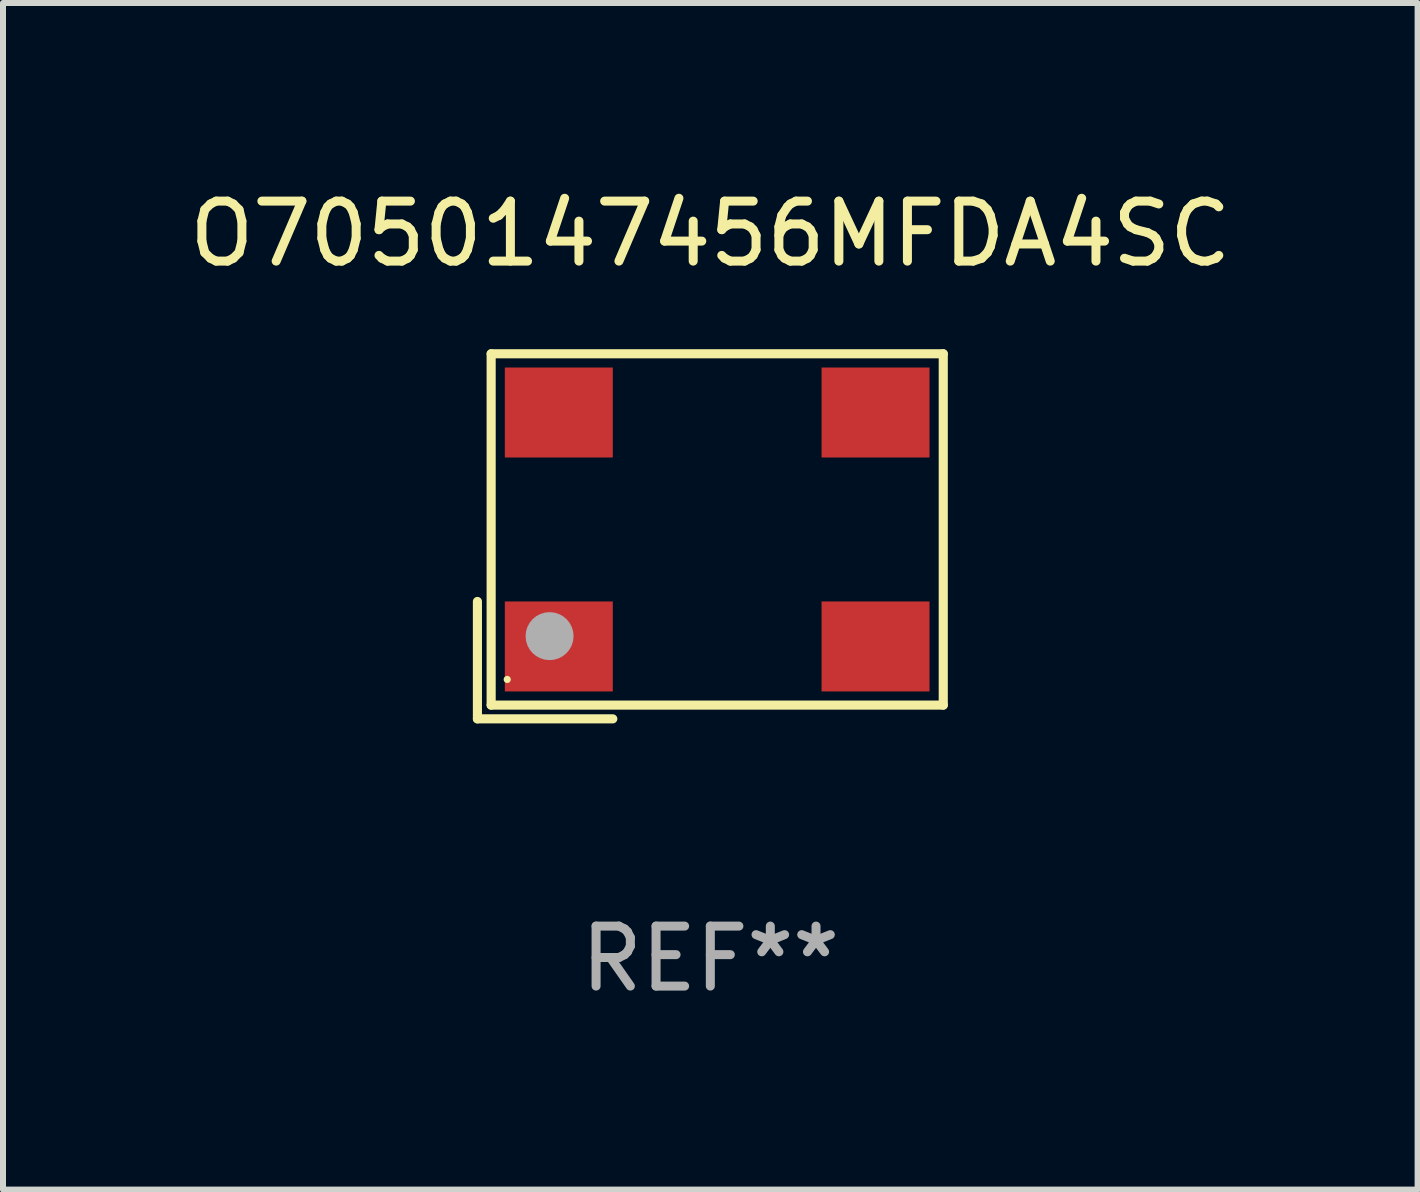
<source format=kicad_pcb>
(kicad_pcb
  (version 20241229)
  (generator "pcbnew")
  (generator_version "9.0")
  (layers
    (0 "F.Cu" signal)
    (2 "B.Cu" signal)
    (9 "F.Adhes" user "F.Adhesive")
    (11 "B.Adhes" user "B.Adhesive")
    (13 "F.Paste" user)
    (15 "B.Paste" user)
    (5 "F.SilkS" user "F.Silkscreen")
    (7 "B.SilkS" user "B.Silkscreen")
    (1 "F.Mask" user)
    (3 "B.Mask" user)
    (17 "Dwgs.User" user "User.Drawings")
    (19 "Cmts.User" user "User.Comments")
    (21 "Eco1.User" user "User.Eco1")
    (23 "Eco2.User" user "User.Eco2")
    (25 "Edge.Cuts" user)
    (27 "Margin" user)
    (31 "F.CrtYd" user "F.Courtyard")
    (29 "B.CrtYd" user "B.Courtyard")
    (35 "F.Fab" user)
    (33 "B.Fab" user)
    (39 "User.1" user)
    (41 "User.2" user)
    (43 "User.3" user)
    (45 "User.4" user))
  (footprint "O7050147456MFDA4SC"
    (layer "F.Cu")
    (at 8.792 5.891)
    (property "Reference" "O7050147456MFDA4SC" (at 0 -5.043 0) (layer "F.SilkS") (effects (font (size 1 1) (thickness 0.15))))
    (attr through_hole)
    (fp_line (start -3.883 1.086) (end -3.883 3.043) (stroke (width 0.152) (type solid)) (layer "F.SilkS"))
    (fp_line (start -3.883 3.043) (end -1.626 3.043) (stroke (width 0.152) (type solid)) (layer "F.SilkS"))
    (fp_line (start -3.654 -3.043) (end 3.883 -3.043) (stroke (width 0.152) (type solid)) (layer "F.SilkS"))
    (fp_line (start -3.654 2.814) (end -3.654 -3.043) (stroke (width 0.152) (type solid)) (layer "F.SilkS"))
    (fp_line (start 3.883 -3.043) (end 3.883 2.814) (stroke (width 0.152) (type solid)) (layer "F.SilkS"))
    (fp_line (start 3.883 2.814) (end -3.654 2.814) (stroke (width 0.152) (type solid)) (layer "F.SilkS"))
    (fp_circle (center -3.386 2.386) (end -3.356 2.386) (stroke (width 0.06) (type solid)) (fill no) (layer "F.SilkS"))
    (fp_circle (center -2.68 1.664) (end -2.48 1.664) (stroke (width 0.4) (type solid)) (fill no) (layer "F.Fab"))
    (fp_text user "REF**" (at 0 7.043 0) (layer "F.Fab") (effects (font (size 1 1) (thickness 0.15))))
    (pad "1" smd rect (at -2.526 1.836) (size 1.8 1.5) (layers "F.Cu" "F.Mask" "F.Paste"))
    (pad "2" smd rect (at 2.754 1.836) (size 1.8 1.5) (layers "F.Cu" "F.Mask" "F.Paste"))
    (pad "3" smd rect (at 2.754 -2.064) (size 1.8 1.5) (layers "F.Cu" "F.Mask" "F.Paste"))
    (pad "4" smd rect (at -2.526 -2.064) (size 1.8 1.5) (layers "F.Cu" "F.Mask" "F.Paste")))
  (gr_rect
    (start -3 -3)
    (end 20.583 16.782)
    (stroke (width 0.1) (type default))
    (fill no)
    (layer "Edge.Cuts")))
</source>
